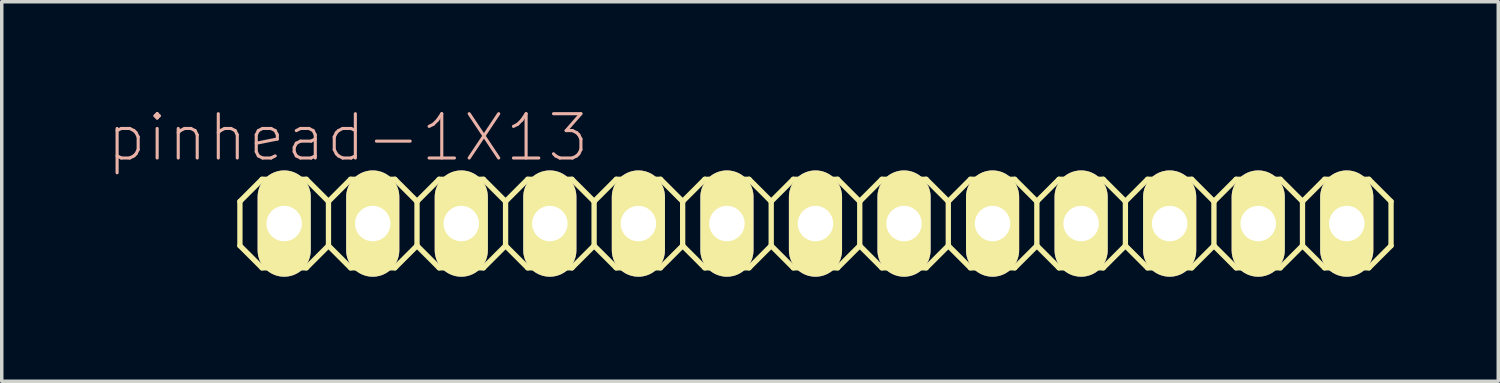
<source format=kicad_pcb>
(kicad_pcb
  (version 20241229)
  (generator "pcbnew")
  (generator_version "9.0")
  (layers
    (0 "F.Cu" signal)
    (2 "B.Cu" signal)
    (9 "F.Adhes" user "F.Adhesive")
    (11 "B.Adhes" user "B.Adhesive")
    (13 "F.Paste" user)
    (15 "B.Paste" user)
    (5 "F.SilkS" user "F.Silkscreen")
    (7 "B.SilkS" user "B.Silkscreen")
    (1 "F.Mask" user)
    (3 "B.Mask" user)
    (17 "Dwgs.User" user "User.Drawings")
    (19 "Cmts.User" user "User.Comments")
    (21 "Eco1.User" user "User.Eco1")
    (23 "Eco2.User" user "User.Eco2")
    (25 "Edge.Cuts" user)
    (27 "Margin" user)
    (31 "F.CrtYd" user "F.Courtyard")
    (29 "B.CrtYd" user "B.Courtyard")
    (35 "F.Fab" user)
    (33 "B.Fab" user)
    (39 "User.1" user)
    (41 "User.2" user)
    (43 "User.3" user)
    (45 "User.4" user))
  (footprint "pinhead-1X13"
    (layer "F.Cu")
    (at 20.342 3.363)
    (property "Reference" "pinhead-1X13" (at -13.411 -2.464 0) (layer "B.SilkS") (effects (font (size 1.27 1.27) (thickness 0.089))))
    (attr exclude_from_pos_files exclude_from_bom)
    (fp_line (start -16.51 -0.635) (end -16.51 0.635) (stroke (width 0.152) (type solid)) (layer "F.SilkS"))
    (fp_line (start -16.51 0.635) (end -15.875 1.27) (stroke (width 0.152) (type solid)) (layer "F.SilkS"))
    (fp_line (start -15.875 -1.27) (end -16.51 -0.635) (stroke (width 0.152) (type solid)) (layer "F.SilkS"))
    (fp_line (start -15.875 -1.27) (end -14.605 -1.27) (stroke (width 0.152) (type solid)) (layer "F.SilkS"))
    (fp_line (start -15.494 -0.254) (end -14.986 -0.254) (stroke (width 0.066) (type solid)) (layer "F.SilkS"))
    (fp_line (start -15.494 0.254) (end -15.494 -0.254) (stroke (width 0.066) (type solid)) (layer "F.SilkS"))
    (fp_line (start -15.494 0.254) (end -14.986 0.254) (stroke (width 0.066) (type solid)) (layer "F.SilkS"))
    (fp_line (start -14.986 0.254) (end -14.986 -0.254) (stroke (width 0.066) (type solid)) (layer "F.SilkS"))
    (fp_line (start -14.605 -1.27) (end -13.97 -0.635) (stroke (width 0.152) (type solid)) (layer "F.SilkS"))
    (fp_line (start -14.605 1.27) (end -15.875 1.27) (stroke (width 0.152) (type solid)) (layer "F.SilkS"))
    (fp_line (start -13.97 -0.635) (end -13.97 0.635) (stroke (width 0.152) (type solid)) (layer "F.SilkS"))
    (fp_line (start -13.97 -0.635) (end -13.335 -1.27) (stroke (width 0.152) (type solid)) (layer "F.SilkS"))
    (fp_line (start -13.97 0.635) (end -14.605 1.27) (stroke (width 0.152) (type solid)) (layer "F.SilkS"))
    (fp_line (start -13.335 -1.27) (end -12.065 -1.27) (stroke (width 0.152) (type solid)) (layer "F.SilkS"))
    (fp_line (start -13.335 1.27) (end -13.97 0.635) (stroke (width 0.152) (type solid)) (layer "F.SilkS"))
    (fp_line (start -12.954 -0.254) (end -12.446 -0.254) (stroke (width 0.066) (type solid)) (layer "F.SilkS"))
    (fp_line (start -12.954 0.254) (end -12.954 -0.254) (stroke (width 0.066) (type solid)) (layer "F.SilkS"))
    (fp_line (start -12.954 0.254) (end -12.446 0.254) (stroke (width 0.066) (type solid)) (layer "F.SilkS"))
    (fp_line (start -12.446 0.254) (end -12.446 -0.254) (stroke (width 0.066) (type solid)) (layer "F.SilkS"))
    (fp_line (start -12.065 -1.27) (end -11.43 -0.635) (stroke (width 0.152) (type solid)) (layer "F.SilkS"))
    (fp_line (start -12.065 1.27) (end -13.335 1.27) (stroke (width 0.152) (type solid)) (layer "F.SilkS"))
    (fp_line (start -11.43 -0.635) (end -11.43 0.635) (stroke (width 0.152) (type solid)) (layer "F.SilkS"))
    (fp_line (start -11.43 -0.635) (end -10.795 -1.27) (stroke (width 0.152) (type solid)) (layer "F.SilkS"))
    (fp_line (start -11.43 0.635) (end -12.065 1.27) (stroke (width 0.152) (type solid)) (layer "F.SilkS"))
    (fp_line (start -10.795 -1.27) (end -9.525 -1.27) (stroke (width 0.152) (type solid)) (layer "F.SilkS"))
    (fp_line (start -10.795 1.27) (end -11.43 0.635) (stroke (width 0.152) (type solid)) (layer "F.SilkS"))
    (fp_line (start -10.414 -0.254) (end -9.906 -0.254) (stroke (width 0.066) (type solid)) (layer "F.SilkS"))
    (fp_line (start -10.414 0.254) (end -10.414 -0.254) (stroke (width 0.066) (type solid)) (layer "F.SilkS"))
    (fp_line (start -10.414 0.254) (end -9.906 0.254) (stroke (width 0.066) (type solid)) (layer "F.SilkS"))
    (fp_line (start -9.906 0.254) (end -9.906 -0.254) (stroke (width 0.066) (type solid)) (layer "F.SilkS"))
    (fp_line (start -9.525 -1.27) (end -8.89 -0.635) (stroke (width 0.152) (type solid)) (layer "F.SilkS"))
    (fp_line (start -9.525 1.27) (end -10.795 1.27) (stroke (width 0.152) (type solid)) (layer "F.SilkS"))
    (fp_line (start -8.89 -0.635) (end -8.89 0.635) (stroke (width 0.152) (type solid)) (layer "F.SilkS"))
    (fp_line (start -8.89 0.635) (end -9.525 1.27) (stroke (width 0.152) (type solid)) (layer "F.SilkS"))
    (fp_line (start -8.89 0.635) (end -8.255 1.27) (stroke (width 0.152) (type solid)) (layer "F.SilkS"))
    (fp_line (start -8.255 -1.27) (end -8.89 -0.635) (stroke (width 0.152) (type solid)) (layer "F.SilkS"))
    (fp_line (start -8.255 -1.27) (end -6.985 -1.27) (stroke (width 0.152) (type solid)) (layer "F.SilkS"))
    (fp_line (start -7.874 -0.254) (end -7.366 -0.254) (stroke (width 0.066) (type solid)) (layer "F.SilkS"))
    (fp_line (start -7.874 0.254) (end -7.874 -0.254) (stroke (width 0.066) (type solid)) (layer "F.SilkS"))
    (fp_line (start -7.874 0.254) (end -7.366 0.254) (stroke (width 0.066) (type solid)) (layer "F.SilkS"))
    (fp_line (start -7.366 0.254) (end -7.366 -0.254) (stroke (width 0.066) (type solid)) (layer "F.SilkS"))
    (fp_line (start -6.985 -1.27) (end -6.35 -0.635) (stroke (width 0.152) (type solid)) (layer "F.SilkS"))
    (fp_line (start -6.985 1.27) (end -8.255 1.27) (stroke (width 0.152) (type solid)) (layer "F.SilkS"))
    (fp_line (start -6.35 -0.635) (end -6.35 0.635) (stroke (width 0.152) (type solid)) (layer "F.SilkS"))
    (fp_line (start -6.35 -0.635) (end -5.715 -1.27) (stroke (width 0.152) (type solid)) (layer "F.SilkS"))
    (fp_line (start -6.35 0.635) (end -6.985 1.27) (stroke (width 0.152) (type solid)) (layer "F.SilkS"))
    (fp_line (start -5.715 -1.27) (end -4.445 -1.27) (stroke (width 0.152) (type solid)) (layer "F.SilkS"))
    (fp_line (start -5.715 1.27) (end -6.35 0.635) (stroke (width 0.152) (type solid)) (layer "F.SilkS"))
    (fp_line (start -5.334 -0.254) (end -4.826 -0.254) (stroke (width 0.066) (type solid)) (layer "F.SilkS"))
    (fp_line (start -5.334 0.254) (end -5.334 -0.254) (stroke (width 0.066) (type solid)) (layer "F.SilkS"))
    (fp_line (start -5.334 0.254) (end -4.826 0.254) (stroke (width 0.066) (type solid)) (layer "F.SilkS"))
    (fp_line (start -4.826 0.254) (end -4.826 -0.254) (stroke (width 0.066) (type solid)) (layer "F.SilkS"))
    (fp_line (start -4.445 -1.27) (end -3.81 -0.635) (stroke (width 0.152) (type solid)) (layer "F.SilkS"))
    (fp_line (start -4.445 1.27) (end -5.715 1.27) (stroke (width 0.152) (type solid)) (layer "F.SilkS"))
    (fp_line (start -3.81 -0.635) (end -3.81 0.635) (stroke (width 0.152) (type solid)) (layer "F.SilkS"))
    (fp_line (start -3.81 -0.635) (end -3.175 -1.27) (stroke (width 0.152) (type solid)) (layer "F.SilkS"))
    (fp_line (start -3.81 0.635) (end -4.445 1.27) (stroke (width 0.152) (type solid)) (layer "F.SilkS"))
    (fp_line (start -3.175 -1.27) (end -1.905 -1.27) (stroke (width 0.152) (type solid)) (layer "F.SilkS"))
    (fp_line (start -3.175 1.27) (end -3.81 0.635) (stroke (width 0.152) (type solid)) (layer "F.SilkS"))
    (fp_line (start -2.794 -0.254) (end -2.286 -0.254) (stroke (width 0.066) (type solid)) (layer "F.SilkS"))
    (fp_line (start -2.794 0.254) (end -2.794 -0.254) (stroke (width 0.066) (type solid)) (layer "F.SilkS"))
    (fp_line (start -2.794 0.254) (end -2.286 0.254) (stroke (width 0.066) (type solid)) (layer "F.SilkS"))
    (fp_line (start -2.286 0.254) (end -2.286 -0.254) (stroke (width 0.066) (type solid)) (layer "F.SilkS"))
    (fp_line (start -1.905 -1.27) (end -1.27 -0.635) (stroke (width 0.152) (type solid)) (layer "F.SilkS"))
    (fp_line (start -1.905 1.27) (end -3.175 1.27) (stroke (width 0.152) (type solid)) (layer "F.SilkS"))
    (fp_line (start -1.27 -0.635) (end -1.27 0.635) (stroke (width 0.152) (type solid)) (layer "F.SilkS"))
    (fp_line (start -1.27 0.635) (end -1.905 1.27) (stroke (width 0.152) (type solid)) (layer "F.SilkS"))
    (fp_line (start -1.27 0.635) (end -0.635 1.27) (stroke (width 0.152) (type solid)) (layer "F.SilkS"))
    (fp_line (start -0.635 -1.27) (end -1.27 -0.635) (stroke (width 0.152) (type solid)) (layer "F.SilkS"))
    (fp_line (start -0.635 -1.27) (end 0.635 -1.27) (stroke (width 0.152) (type solid)) (layer "F.SilkS"))
    (fp_line (start -0.254 -0.254) (end 0.254 -0.254) (stroke (width 0.066) (type solid)) (layer "F.SilkS"))
    (fp_line (start -0.254 0.254) (end -0.254 -0.254) (stroke (width 0.066) (type solid)) (layer "F.SilkS"))
    (fp_line (start -0.254 0.254) (end 0.254 0.254) (stroke (width 0.066) (type solid)) (layer "F.SilkS"))
    (fp_line (start 0.254 0.254) (end 0.254 -0.254) (stroke (width 0.066) (type solid)) (layer "F.SilkS"))
    (fp_line (start 0.635 -1.27) (end 1.27 -0.635) (stroke (width 0.152) (type solid)) (layer "F.SilkS"))
    (fp_line (start 0.635 1.27) (end -0.635 1.27) (stroke (width 0.152) (type solid)) (layer "F.SilkS"))
    (fp_line (start 1.27 -0.635) (end 1.27 0.635) (stroke (width 0.152) (type solid)) (layer "F.SilkS"))
    (fp_line (start 1.27 -0.635) (end 1.905 -1.27) (stroke (width 0.152) (type solid)) (layer "F.SilkS"))
    (fp_line (start 1.27 0.635) (end 0.635 1.27) (stroke (width 0.152) (type solid)) (layer "F.SilkS"))
    (fp_line (start 1.905 -1.27) (end 3.175 -1.27) (stroke (width 0.152) (type solid)) (layer "F.SilkS"))
    (fp_line (start 1.905 1.27) (end 1.27 0.635) (stroke (width 0.152) (type solid)) (layer "F.SilkS"))
    (fp_line (start 2.286 -0.254) (end 2.794 -0.254) (stroke (width 0.066) (type solid)) (layer "F.SilkS"))
    (fp_line (start 2.286 0.254) (end 2.286 -0.254) (stroke (width 0.066) (type solid)) (layer "F.SilkS"))
    (fp_line (start 2.286 0.254) (end 2.794 0.254) (stroke (width 0.066) (type solid)) (layer "F.SilkS"))
    (fp_line (start 2.794 0.254) (end 2.794 -0.254) (stroke (width 0.066) (type solid)) (layer "F.SilkS"))
    (fp_line (start 3.175 -1.27) (end 3.81 -0.635) (stroke (width 0.152) (type solid)) (layer "F.SilkS"))
    (fp_line (start 3.175 1.27) (end 1.905 1.27) (stroke (width 0.152) (type solid)) (layer "F.SilkS"))
    (fp_line (start 3.81 -0.635) (end 3.81 0.635) (stroke (width 0.152) (type solid)) (layer "F.SilkS"))
    (fp_line (start 3.81 -0.635) (end 4.445 -1.27) (stroke (width 0.152) (type solid)) (layer "F.SilkS"))
    (fp_line (start 3.81 0.635) (end 3.175 1.27) (stroke (width 0.152) (type solid)) (layer "F.SilkS"))
    (fp_line (start 4.445 -1.27) (end 5.715 -1.27) (stroke (width 0.152) (type solid)) (layer "F.SilkS"))
    (fp_line (start 4.445 1.27) (end 3.81 0.635) (stroke (width 0.152) (type solid)) (layer "F.SilkS"))
    (fp_line (start 4.826 -0.254) (end 5.334 -0.254) (stroke (width 0.066) (type solid)) (layer "F.SilkS"))
    (fp_line (start 4.826 0.254) (end 4.826 -0.254) (stroke (width 0.066) (type solid)) (layer "F.SilkS"))
    (fp_line (start 4.826 0.254) (end 5.334 0.254) (stroke (width 0.066) (type solid)) (layer "F.SilkS"))
    (fp_line (start 5.334 0.254) (end 5.334 -0.254) (stroke (width 0.066) (type solid)) (layer "F.SilkS"))
    (fp_line (start 5.715 -1.27) (end 6.35 -0.635) (stroke (width 0.152) (type solid)) (layer "F.SilkS"))
    (fp_line (start 5.715 1.27) (end 4.445 1.27) (stroke (width 0.152) (type solid)) (layer "F.SilkS"))
    (fp_line (start 6.35 -0.635) (end 6.35 0.635) (stroke (width 0.152) (type solid)) (layer "F.SilkS"))
    (fp_line (start 6.35 0.635) (end 5.715 1.27) (stroke (width 0.152) (type solid)) (layer "F.SilkS"))
    (fp_line (start 6.35 0.635) (end 6.985 1.27) (stroke (width 0.152) (type solid)) (layer "F.SilkS"))
    (fp_line (start 6.985 -1.27) (end 6.35 -0.635) (stroke (width 0.152) (type solid)) (layer "F.SilkS"))
    (fp_line (start 6.985 -1.27) (end 8.255 -1.27) (stroke (width 0.152) (type solid)) (layer "F.SilkS"))
    (fp_line (start 7.366 -0.254) (end 7.874 -0.254) (stroke (width 0.066) (type solid)) (layer "F.SilkS"))
    (fp_line (start 7.366 0.254) (end 7.366 -0.254) (stroke (width 0.066) (type solid)) (layer "F.SilkS"))
    (fp_line (start 7.366 0.254) (end 7.874 0.254) (stroke (width 0.066) (type solid)) (layer "F.SilkS"))
    (fp_line (start 7.874 0.254) (end 7.874 -0.254) (stroke (width 0.066) (type solid)) (layer "F.SilkS"))
    (fp_line (start 8.255 -1.27) (end 8.89 -0.635) (stroke (width 0.152) (type solid)) (layer "F.SilkS"))
    (fp_line (start 8.255 1.27) (end 6.985 1.27) (stroke (width 0.152) (type solid)) (layer "F.SilkS"))
    (fp_line (start 8.89 -0.635) (end 8.89 0.635) (stroke (width 0.152) (type solid)) (layer "F.SilkS"))
    (fp_line (start 8.89 -0.635) (end 9.525 -1.27) (stroke (width 0.152) (type solid)) (layer "F.SilkS"))
    (fp_line (start 8.89 0.635) (end 8.255 1.27) (stroke (width 0.152) (type solid)) (layer "F.SilkS"))
    (fp_line (start 9.525 -1.27) (end 10.795 -1.27) (stroke (width 0.152) (type solid)) (layer "F.SilkS"))
    (fp_line (start 9.525 1.27) (end 8.89 0.635) (stroke (width 0.152) (type solid)) (layer "F.SilkS"))
    (fp_line (start 9.906 -0.254) (end 10.414 -0.254) (stroke (width 0.066) (type solid)) (layer "F.SilkS"))
    (fp_line (start 9.906 0.254) (end 9.906 -0.254) (stroke (width 0.066) (type solid)) (layer "F.SilkS"))
    (fp_line (start 9.906 0.254) (end 10.414 0.254) (stroke (width 0.066) (type solid)) (layer "F.SilkS"))
    (fp_line (start 10.414 0.254) (end 10.414 -0.254) (stroke (width 0.066) (type solid)) (layer "F.SilkS"))
    (fp_line (start 10.795 -1.27) (end 11.43 -0.635) (stroke (width 0.152) (type solid)) (layer "F.SilkS"))
    (fp_line (start 10.795 1.27) (end 9.525 1.27) (stroke (width 0.152) (type solid)) (layer "F.SilkS"))
    (fp_line (start 11.43 -0.635) (end 11.43 0.635) (stroke (width 0.152) (type solid)) (layer "F.SilkS"))
    (fp_line (start 11.43 -0.635) (end 12.065 -1.27) (stroke (width 0.152) (type solid)) (layer "F.SilkS"))
    (fp_line (start 11.43 0.635) (end 10.795 1.27) (stroke (width 0.152) (type solid)) (layer "F.SilkS"))
    (fp_line (start 12.065 -1.27) (end 13.335 -1.27) (stroke (width 0.152) (type solid)) (layer "F.SilkS"))
    (fp_line (start 12.065 1.27) (end 11.43 0.635) (stroke (width 0.152) (type solid)) (layer "F.SilkS"))
    (fp_line (start 12.446 -0.254) (end 12.954 -0.254) (stroke (width 0.066) (type solid)) (layer "F.SilkS"))
    (fp_line (start 12.446 0.254) (end 12.446 -0.254) (stroke (width 0.066) (type solid)) (layer "F.SilkS"))
    (fp_line (start 12.446 0.254) (end 12.954 0.254) (stroke (width 0.066) (type solid)) (layer "F.SilkS"))
    (fp_line (start 12.954 0.254) (end 12.954 -0.254) (stroke (width 0.066) (type solid)) (layer "F.SilkS"))
    (fp_line (start 13.335 -1.27) (end 13.97 -0.635) (stroke (width 0.152) (type solid)) (layer "F.SilkS"))
    (fp_line (start 13.335 1.27) (end 12.065 1.27) (stroke (width 0.152) (type solid)) (layer "F.SilkS"))
    (fp_line (start 13.97 -0.635) (end 13.97 0.635) (stroke (width 0.152) (type solid)) (layer "F.SilkS"))
    (fp_line (start 13.97 -0.635) (end 14.605 -1.27) (stroke (width 0.152) (type solid)) (layer "F.SilkS"))
    (fp_line (start 13.97 0.635) (end 13.335 1.27) (stroke (width 0.152) (type solid)) (layer "F.SilkS"))
    (fp_line (start 14.605 -1.27) (end 15.875 -1.27) (stroke (width 0.152) (type solid)) (layer "F.SilkS"))
    (fp_line (start 14.605 1.27) (end 13.97 0.635) (stroke (width 0.152) (type solid)) (layer "F.SilkS"))
    (fp_line (start 14.986 -0.254) (end 15.494 -0.254) (stroke (width 0.066) (type solid)) (layer "F.SilkS"))
    (fp_line (start 14.986 0.254) (end 14.986 -0.254) (stroke (width 0.066) (type solid)) (layer "F.SilkS"))
    (fp_line (start 14.986 0.254) (end 15.494 0.254) (stroke (width 0.066) (type solid)) (layer "F.SilkS"))
    (fp_line (start 15.494 0.254) (end 15.494 -0.254) (stroke (width 0.066) (type solid)) (layer "F.SilkS"))
    (fp_line (start 15.875 -1.27) (end 16.51 -0.635) (stroke (width 0.152) (type solid)) (layer "F.SilkS"))
    (fp_line (start 15.875 1.27) (end 14.605 1.27) (stroke (width 0.152) (type solid)) (layer "F.SilkS"))
    (fp_line (start 16.51 -0.635) (end 16.51 0.635) (stroke (width 0.152) (type solid)) (layer "F.SilkS"))
    (fp_line (start 16.51 0.635) (end 15.875 1.27) (stroke (width 0.152) (type solid)) (layer "F.SilkS"))
    (pad "1" thru_hole oval (at -15.24 0) (size 1.524 3.048) (drill 1.016) (layers "*.Cu" "F.Mask" "F.SilkS" "F.Paste"))
    (pad "2" thru_hole oval (at -12.7 0) (size 1.524 3.048) (drill 1.016) (layers "*.Cu" "F.Mask" "F.SilkS" "F.Paste"))
    (pad "3" thru_hole oval (at -10.16 0) (size 1.524 3.048) (drill 1.016) (layers "*.Cu" "F.Mask" "F.SilkS" "F.Paste"))
    (pad "4" thru_hole oval (at -7.62 0) (size 1.524 3.048) (drill 1.016) (layers "*.Cu" "F.Mask" "F.SilkS" "F.Paste"))
    (pad "5" thru_hole oval (at -5.08 0) (size 1.524 3.048) (drill 1.016) (layers "*.Cu" "F.Mask" "F.SilkS" "F.Paste"))
    (pad "6" thru_hole oval (at -2.54 0) (size 1.524 3.048) (drill 1.016) (layers "*.Cu" "F.Mask" "F.SilkS" "F.Paste"))
    (pad "7" thru_hole oval (at 0 0) (size 1.524 3.048) (drill 1.016) (layers "*.Cu" "F.Mask" "F.SilkS" "F.Paste"))
    (pad "8" thru_hole oval (at 2.54 0) (size 1.524 3.048) (drill 1.016) (layers "*.Cu" "F.Mask" "F.SilkS" "F.Paste"))
    (pad "9" thru_hole oval (at 5.08 0) (size 1.524 3.048) (drill 1.016) (layers "*.Cu" "F.Mask" "F.SilkS" "F.Paste"))
    (pad "10" thru_hole oval (at 7.62 0) (size 1.524 3.048) (drill 1.016) (layers "*.Cu" "F.Mask" "F.SilkS" "F.Paste"))
    (pad "11" thru_hole oval (at 10.16 0) (size 1.524 3.048) (drill 1.016) (layers "*.Cu" "F.Mask" "F.SilkS" "F.Paste"))
    (pad "12" thru_hole oval (at 12.7 0) (size 1.524 3.048) (drill 1.016) (layers "*.Cu" "F.Mask" "F.SilkS" "F.Paste"))
    (pad "13" thru_hole oval (at 15.24 0) (size 1.524 3.048) (drill 1.016) (layers "*.Cu" "F.Mask" "F.SilkS" "F.Paste")))
  (gr_rect
    (start -3 -3)
    (end 39.928 7.887)
    (stroke (width 0.1) (type default))
    (fill no)
    (layer "Edge.Cuts")))
</source>
